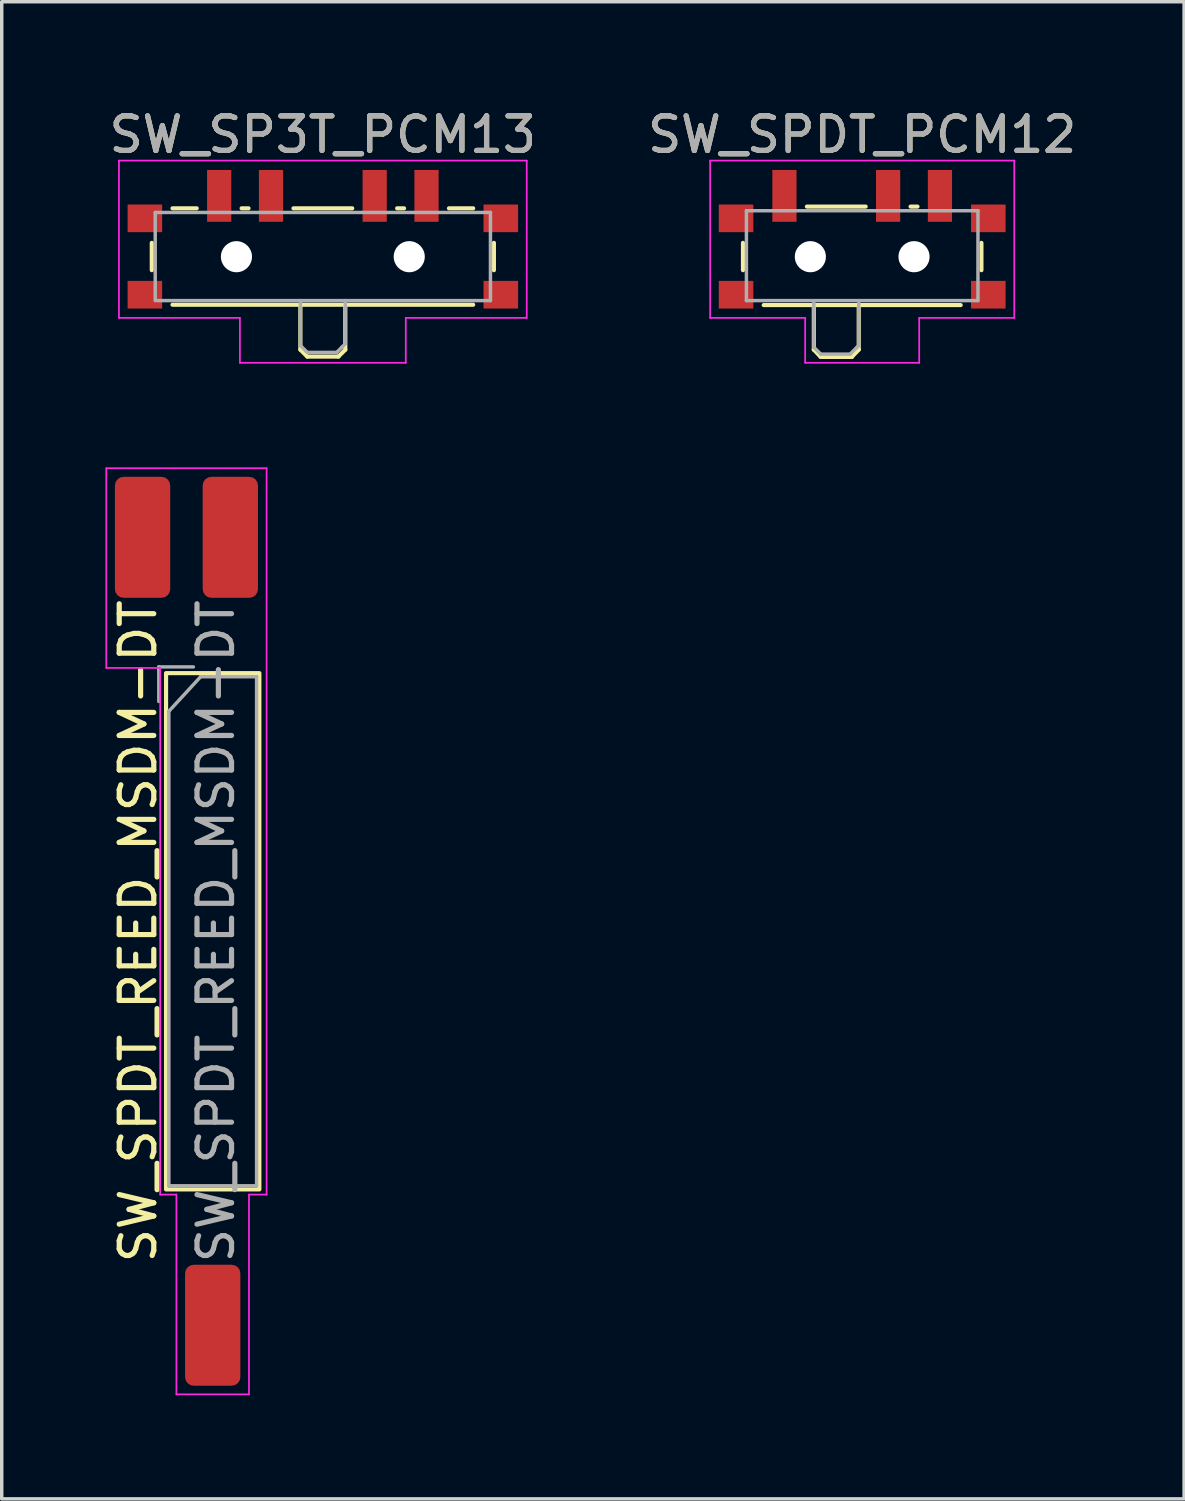
<source format=kicad_pcb>
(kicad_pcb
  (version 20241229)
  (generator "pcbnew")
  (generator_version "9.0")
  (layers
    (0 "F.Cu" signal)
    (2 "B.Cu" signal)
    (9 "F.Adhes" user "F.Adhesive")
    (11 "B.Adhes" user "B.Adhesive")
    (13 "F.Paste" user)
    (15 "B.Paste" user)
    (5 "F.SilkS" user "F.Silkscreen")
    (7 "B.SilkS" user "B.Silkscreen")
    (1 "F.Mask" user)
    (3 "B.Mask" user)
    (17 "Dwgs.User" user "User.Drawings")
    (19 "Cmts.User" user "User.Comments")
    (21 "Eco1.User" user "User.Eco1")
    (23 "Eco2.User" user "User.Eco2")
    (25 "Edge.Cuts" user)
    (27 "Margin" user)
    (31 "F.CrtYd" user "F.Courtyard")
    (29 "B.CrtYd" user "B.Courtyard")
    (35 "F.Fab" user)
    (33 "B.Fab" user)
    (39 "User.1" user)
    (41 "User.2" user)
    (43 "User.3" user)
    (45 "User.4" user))
  (footprint "SW_SP3T_PCM13"
    (layer "F.Cu")
    (at 6.292 4.048)
    (property "Reference" "SW_SP3T_PCM13" (at 0 -3.2 0) (layer "F.SilkS") (effects (font (size 1 1) (thickness 0.15))))
    (attr smd)
    (fp_line (start -4.95 -0.07) (end -4.95 0.72) (stroke (width 0.12) (type solid)) (layer "F.SilkS"))
    (fp_line (start -4.35 -1.07) (end -3.65 -1.07) (stroke (width 0.12) (type solid)) (layer "F.SilkS"))
    (fp_line (start -4.35 1.72) (end 4.35 1.72) (stroke (width 0.12) (type solid)) (layer "F.SilkS"))
    (fp_line (start -2.35 -1.07) (end -2.15 -1.07) (stroke (width 0.12) (type solid)) (layer "F.SilkS"))
    (fp_line (start -0.85 -1.07) (end 0.85 -1.07) (stroke (width 0.12) (type solid)) (layer "F.SilkS"))
    (fp_line (start -0.65 1.72) (end -0.65 3.02) (stroke (width 0.12) (type solid)) (layer "F.SilkS"))
    (fp_line (start -0.65 3.02) (end -0.45 3.22) (stroke (width 0.12) (type solid)) (layer "F.SilkS"))
    (fp_line (start 0.45 3.22) (end -0.45 3.22) (stroke (width 0.12) (type solid)) (layer "F.SilkS"))
    (fp_line (start 0.65 3.02) (end 0.45 3.22) (stroke (width 0.12) (type solid)) (layer "F.SilkS"))
    (fp_line (start 0.65 3.02) (end 0.65 1.72) (stroke (width 0.12) (type solid)) (layer "F.SilkS"))
    (fp_line (start 2.15 -1.07) (end 2.35 -1.07) (stroke (width 0.12) (type solid)) (layer "F.SilkS"))
    (fp_line (start 3.65 -1.07) (end 4.35 -1.07) (stroke (width 0.12) (type solid)) (layer "F.SilkS"))
    (fp_line (start 4.95 0.72) (end 4.95 -0.07) (stroke (width 0.12) (type solid)) (layer "F.SilkS"))
    (fp_line (start -5.9 -2.45) (end 5.9 -2.45) (stroke (width 0.05) (type solid)) (layer "F.CrtYd"))
    (fp_line (start -5.9 2.1) (end -5.9 -2.45) (stroke (width 0.05) (type solid)) (layer "F.CrtYd"))
    (fp_line (start -2.4 2.1) (end -5.9 2.1) (stroke (width 0.05) (type solid)) (layer "F.CrtYd"))
    (fp_line (start -2.4 3.4) (end -2.4 2.1) (stroke (width 0.05) (type solid)) (layer "F.CrtYd"))
    (fp_line (start 2.4 2.1) (end 2.4 3.4) (stroke (width 0.05) (type solid)) (layer "F.CrtYd"))
    (fp_line (start 2.4 3.4) (end -2.4 3.4) (stroke (width 0.05) (type solid)) (layer "F.CrtYd"))
    (fp_line (start 5.9 -2.45) (end 5.9 2.1) (stroke (width 0.05) (type solid)) (layer "F.CrtYd"))
    (fp_line (start 5.9 2.1) (end 2.4 2.1) (stroke (width 0.05) (type solid)) (layer "F.CrtYd"))
    (fp_line (start -4.85 -0.95) (end 4.85 -0.95) (stroke (width 0.1) (type solid)) (layer "F.Fab"))
    (fp_line (start -4.85 1.6) (end -4.85 -0.95) (stroke (width 0.1) (type solid)) (layer "F.Fab"))
    (fp_line (start -0.65 1.6) (end -0.65 2.9) (stroke (width 0.1) (type solid)) (layer "F.Fab"))
    (fp_line (start -0.65 2.9) (end -0.45 3.1) (stroke (width 0.1) (type solid)) (layer "F.Fab"))
    (fp_line (start -0.45 3.1) (end 0.4 3.1) (stroke (width 0.1) (type solid)) (layer "F.Fab"))
    (fp_line (start 0.4 3.1) (end 0.55 2.95) (stroke (width 0.1) (type solid)) (layer "F.Fab"))
    (fp_line (start 0.55 2.95) (end 0.65 2.85) (stroke (width 0.1) (type solid)) (layer "F.Fab"))
    (fp_line (start 0.65 2.85) (end 0.65 1.6) (stroke (width 0.1) (type solid)) (layer "F.Fab"))
    (fp_line (start 4.85 -0.95) (end 4.85 1.6) (stroke (width 0.1) (type solid)) (layer "F.Fab"))
    (fp_line (start 4.85 1.6) (end -4.8 1.6) (stroke (width 0.1) (type solid)) (layer "F.Fab"))
    (fp_text user "${REFERENCE}" (at 0 -3.2 0) (layer "F.Fab") (effects (font (size 1 1) (thickness 0.15))))
    (pad "" smd rect (at -5.15 -0.78) (size 1 0.8) (layers "F.Cu" "F.Mask" "F.Paste"))
    (pad "" smd rect (at -5.15 1.43) (size 1 0.8) (layers "F.Cu" "F.Mask" "F.Paste"))
    (pad "" np_thru_hole circle (at -2.5 0.33) (size 0.9 0.9) (drill 0.9) (layers "*.Cu" "*.Mask"))
    (pad "" np_thru_hole circle (at 2.5 0.33) (size 0.9 0.9) (drill 0.9) (layers "*.Cu" "*.Mask"))
    (pad "" smd rect (at 5.15 -0.78) (size 1 0.8) (layers "F.Cu" "F.Mask" "F.Paste"))
    (pad "" smd rect (at 5.15 1.43) (size 1 0.8) (layers "F.Cu" "F.Mask" "F.Paste"))
    (pad "1" smd rect (at -3 -1.43) (size 0.7 1.5) (layers "F.Cu" "F.Mask" "F.Paste"))
    (pad "2" smd rect (at -1.5 -1.43) (size 0.7 1.5) (layers "F.Cu" "F.Mask" "F.Paste"))
    (pad "3" smd rect (at 1.5 -1.43) (size 0.7 1.5) (layers "F.Cu" "F.Mask" "F.Paste"))
    (pad "4" smd rect (at 3 -1.43) (size 0.7 1.5) (layers "F.Cu" "F.Mask" "F.Paste")))
  (footprint "SW_SPDT_REED_MSDM-DT"
    (layer "F.Cu")
    (at 3.105 23.898)
    (property "Reference" "SW_SPDT_REED_MSDM-DT" (at -2.16 0 270) (layer "F.SilkS") (effects (font (size 1 1) (thickness 0.15))))
    (attr smd)
    (fp_rect (start -1.35 -7.47) (end 1.35 7.47) (stroke (width 0.12) (type default)) (fill no) (layer "F.SilkS"))
    (fp_line (start -3.08 -13.4) (end 1.56 -13.4) (stroke (width 0.05) (type solid)) (layer "F.CrtYd"))
    (fp_line (start -3.08 -7.62) (end -3.08 -13.4) (stroke (width 0.05) (type solid)) (layer "F.CrtYd"))
    (fp_line (start -1.52 -7.62) (end -3.08 -7.62) (stroke (width 0.05) (type default)) (layer "F.CrtYd"))
    (fp_line (start -1.52 -7.62) (end -1.52 7.62) (stroke (width 0.05) (type default)) (layer "F.CrtYd"))
    (fp_line (start -1.52 7.62) (end -1.05 7.62) (stroke (width 0.05) (type default)) (layer "F.CrtYd"))
    (fp_line (start -1.05 7.62) (end -1.05 13.4) (stroke (width 0.05) (type default)) (layer "F.CrtYd"))
    (fp_line (start -1.05 13.4) (end 1.05 13.4) (stroke (width 0.05) (type default)) (layer "F.CrtYd"))
    (fp_line (start 1.05 7.62) (end 1.56 7.62) (stroke (width 0.05) (type default)) (layer "F.CrtYd"))
    (fp_line (start 1.05 13.4) (end 1.05 7.62) (stroke (width 0.05) (type default)) (layer "F.CrtYd"))
    (fp_line (start 1.56 -13.4) (end 1.56 7.62) (stroke (width 0.05) (type solid)) (layer "F.CrtYd"))
    (fp_line (start -1.56 -7.65) (end -0.56 -7.65) (stroke (width 0.1) (type default)) (layer "F.Fab"))
    (fp_line (start -1.56 -6.65) (end -1.56 -7.65) (stroke (width 0.1) (type default)) (layer "F.Fab"))
    (fp_line (start -1.27 -6.365) (end -1.27 7.365) (stroke (width 0.1) (type solid)) (layer "F.Fab"))
    (fp_line (start -1.27 7.365) (end 1.27 7.365) (stroke (width 0.1) (type solid)) (layer "F.Fab"))
    (fp_line (start -0.35 -7.365) (end -1.27 -6.365) (stroke (width 0.1) (type default)) (layer "F.Fab"))
    (fp_line (start 1.27 -7.365) (end -0.35 -7.365) (stroke (width 0.1) (type solid)) (layer "F.Fab"))
    (fp_line (start 1.27 7.365) (end 1.27 -7.365) (stroke (width 0.1) (type solid)) (layer "F.Fab"))
    (fp_text user "${REFERENCE}" (at 0.09 0 270) (layer "F.Fab") (effects (font (size 1 1) (thickness 0.15))))
    (pad "1" smd roundrect (at -2.03 -11.4 270) (size 3.5 1.6) (layers "F.Cu" "F.Mask" "F.Paste") (roundrect_rratio 0.156))
    (pad "2" smd roundrect (at 0 11.4 270) (size 3.5 1.6) (layers "F.Cu" "F.Mask" "F.Paste") (roundrect_rratio 0.156))
    (pad "3" smd roundrect (at 0.51 -11.4 270) (size 3.5 1.6) (layers "F.Cu" "F.Mask" "F.Paste") (roundrect_rratio 0.156)))
  (footprint "SW_SPDT_PCM12"
    (layer "F.Cu")
    (at 21.899 4.048)
    (property "Reference" "SW_SPDT_PCM12" (at 0 -3.2 0) (layer "F.SilkS") (effects (font (size 1 1) (thickness 0.15))))
    (attr smd)
    (fp_line (start -3.45 -0.07) (end -3.45 0.72) (stroke (width 0.12) (type solid)) (layer "F.SilkS"))
    (fp_line (start -2.85 1.73) (end 2.85 1.73) (stroke (width 0.12) (type solid)) (layer "F.SilkS"))
    (fp_line (start -1.6 -1.12) (end 0.1 -1.12) (stroke (width 0.12) (type solid)) (layer "F.SilkS"))
    (fp_line (start -1.4 1.73) (end -1.4 3.02) (stroke (width 0.12) (type solid)) (layer "F.SilkS"))
    (fp_line (start -1.4 3.02) (end -1.2 3.23) (stroke (width 0.12) (type solid)) (layer "F.SilkS"))
    (fp_line (start -1.2 3.23) (end -0.3 3.23) (stroke (width 0.12) (type solid)) (layer "F.SilkS"))
    (fp_line (start -0.1 3.02) (end -0.3 3.23) (stroke (width 0.12) (type solid)) (layer "F.SilkS"))
    (fp_line (start -0.1 3.02) (end -0.1 1.73) (stroke (width 0.12) (type solid)) (layer "F.SilkS"))
    (fp_line (start 1.4 -1.12) (end 1.6 -1.12) (stroke (width 0.12) (type solid)) (layer "F.SilkS"))
    (fp_line (start 3.45 0.72) (end 3.45 -0.07) (stroke (width 0.12) (type solid)) (layer "F.SilkS"))
    (fp_line (start -4.4 -2.45) (end 4.4 -2.45) (stroke (width 0.05) (type solid)) (layer "F.CrtYd"))
    (fp_line (start -4.4 2.1) (end -4.4 -2.45) (stroke (width 0.05) (type solid)) (layer "F.CrtYd"))
    (fp_line (start -1.65 2.1) (end -4.4 2.1) (stroke (width 0.05) (type solid)) (layer "F.CrtYd"))
    (fp_line (start -1.65 3.4) (end -1.65 2.1) (stroke (width 0.05) (type solid)) (layer "F.CrtYd"))
    (fp_line (start 1.65 2.1) (end 1.65 3.4) (stroke (width 0.05) (type solid)) (layer "F.CrtYd"))
    (fp_line (start 1.65 3.4) (end -1.65 3.4) (stroke (width 0.05) (type solid)) (layer "F.CrtYd"))
    (fp_line (start 4.4 -2.45) (end 4.4 2.1) (stroke (width 0.05) (type solid)) (layer "F.CrtYd"))
    (fp_line (start 4.4 2.1) (end 1.65 2.1) (stroke (width 0.05) (type solid)) (layer "F.CrtYd"))
    (fp_line (start -3.35 -1) (end -3.35 1.6) (stroke (width 0.1) (type solid)) (layer "F.Fab"))
    (fp_line (start -3.35 1.6) (end 3.35 1.6) (stroke (width 0.1) (type solid)) (layer "F.Fab"))
    (fp_line (start -1.4 1.65) (end -1.4 2.95) (stroke (width 0.1) (type solid)) (layer "F.Fab"))
    (fp_line (start -1.4 2.95) (end -1.2 3.15) (stroke (width 0.1) (type solid)) (layer "F.Fab"))
    (fp_line (start -1.2 3.15) (end -0.35 3.15) (stroke (width 0.1) (type solid)) (layer "F.Fab"))
    (fp_line (start -0.35 3.15) (end -0.15 2.95) (stroke (width 0.1) (type solid)) (layer "F.Fab"))
    (fp_line (start -0.15 2.95) (end -0.1 2.9) (stroke (width 0.1) (type solid)) (layer "F.Fab"))
    (fp_line (start -0.1 2.9) (end -0.1 1.6) (stroke (width 0.1) (type solid)) (layer "F.Fab"))
    (fp_line (start 3.35 -1) (end -3.35 -1) (stroke (width 0.1) (type solid)) (layer "F.Fab"))
    (fp_line (start 3.35 1.6) (end 3.35 -1) (stroke (width 0.1) (type solid)) (layer "F.Fab"))
    (fp_text user "${REFERENCE}" (at 0 -3.2 0) (layer "F.Fab") (effects (font (size 1 1) (thickness 0.15))))
    (pad "" smd rect (at -3.65 -0.78) (size 1 0.8) (layers "F.Cu" "F.Mask" "F.Paste"))
    (pad "" smd rect (at -3.65 1.43) (size 1 0.8) (layers "F.Cu" "F.Mask" "F.Paste"))
    (pad "" np_thru_hole circle (at -1.5 0.33) (size 0.9 0.9) (drill 0.9) (layers "*.Cu" "*.Mask"))
    (pad "" np_thru_hole circle (at 1.5 0.33) (size 0.9 0.9) (drill 0.9) (layers "*.Cu" "*.Mask"))
    (pad "" smd rect (at 3.65 -0.78) (size 1 0.8) (layers "F.Cu" "F.Mask" "F.Paste"))
    (pad "" smd rect (at 3.65 1.43) (size 1 0.8) (layers "F.Cu" "F.Mask" "F.Paste"))
    (pad "1" smd rect (at -2.25 -1.43) (size 0.7 1.5) (layers "F.Cu" "F.Mask" "F.Paste"))
    (pad "2" smd rect (at 0.75 -1.43) (size 0.7 1.5) (layers "F.Cu" "F.Mask" "F.Paste"))
    (pad "3" smd rect (at 2.25 -1.43) (size 0.7 1.5) (layers "F.Cu" "F.Mask" "F.Paste")))
  (gr_rect
    (start -3 -3)
    (end 31.214 40.323)
    (stroke (width 0.1) (type default))
    (fill no)
    (layer "Edge.Cuts")))
</source>
